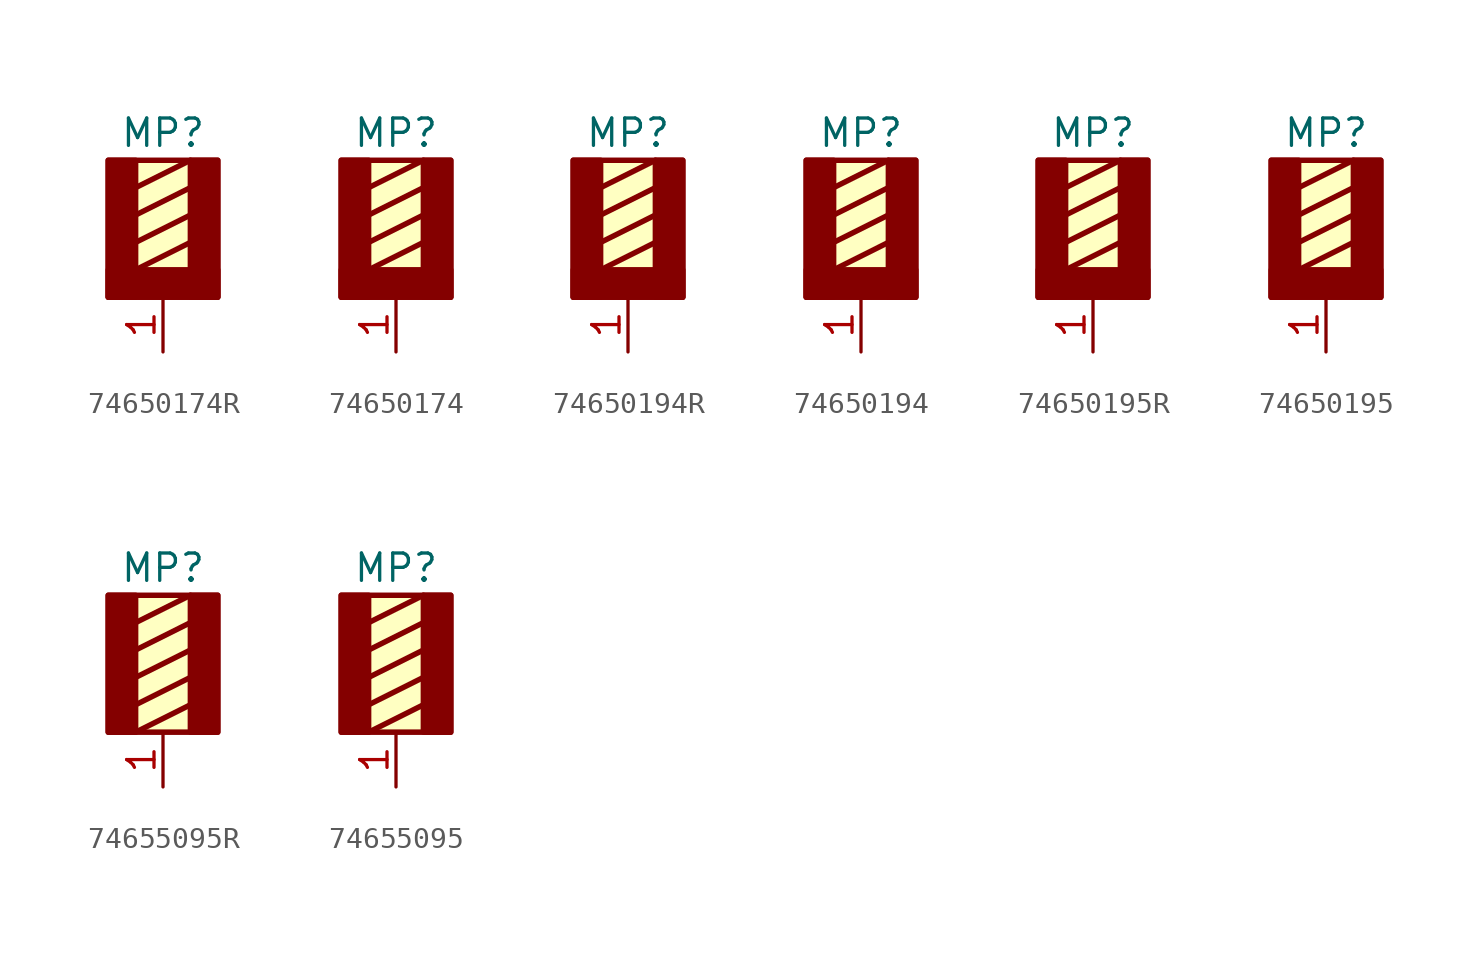
<source format=kicad_sym>
(kicad_symbol_lib
  (version 20220914)
  (generator kicad_symbol_editor)
  (symbol "74650174R"
    (pin_names hide)
    (property "Reference" "MP"
      (at 0 5.08 0)
      (effects (font (size 1.27 1.27))))
    (symbol "74650174R_0_0"
      (rectangle (start -2.54 3.81) (end 2.54 -2.54) (stroke (width 0.254) (type default)) (fill (type background)))
      (polyline (pts (xy -1.27 2.54) (xy 1.27 3.81)) (stroke (width 0.254) (type default)) (fill (type none)))
      (polyline (pts (xy 1.27 0) (xy -1.27 -1.27)) (stroke (width 0.254) (type default)) (fill (type none)))
      (polyline (pts (xy 1.27 1.27) (xy -1.27 0)) (stroke (width 0.254) (type default)) (fill (type none)))
      (polyline (pts (xy 1.27 2.54) (xy -1.27 1.27)) (stroke (width 0.254) (type default)) (fill (type none))))
    (symbol "74650174R_1_0"
      (rectangle (start -2.54 -1.27) (end 2.54 -2.54) (stroke (width 0.254) (type default)) (fill (type outline)))
      (rectangle (start -2.54 3.81) (end -1.27 -2.54) (stroke (width 0.254) (type default)) (fill (type outline)))
      (rectangle (start 1.27 3.81) (end 2.54 -2.54) (stroke (width 0.254) (type default)) (fill (type outline)))
      (pin passive line (at 0 -5.08 90) (length 2.54) (name "1" (effects (font (size 1.27 1.27)))) (number "1" (effects (font (size 1.27 1.27)))))))
  (symbol "74650174"
    (pin_names hide)
    (property "Reference" "MP"
      (at 0 5.08 0)
      (effects (font (size 1.27 1.27))))
    (symbol "74650174_0_0"
      (rectangle (start -2.54 3.81) (end 2.54 -2.54) (stroke (width 0.254) (type default)) (fill (type background)))
      (polyline (pts (xy -1.27 2.54) (xy 1.27 3.81)) (stroke (width 0.254) (type default)) (fill (type none)))
      (polyline (pts (xy 1.27 0) (xy -1.27 -1.27)) (stroke (width 0.254) (type default)) (fill (type none)))
      (polyline (pts (xy 1.27 1.27) (xy -1.27 0)) (stroke (width 0.254) (type default)) (fill (type none)))
      (polyline (pts (xy 1.27 2.54) (xy -1.27 1.27)) (stroke (width 0.254) (type default)) (fill (type none))))
    (symbol "74650174_1_0"
      (rectangle (start -2.54 -1.27) (end 2.54 -2.54) (stroke (width 0.254) (type default)) (fill (type outline)))
      (rectangle (start -2.54 3.81) (end -1.27 -2.54) (stroke (width 0.254) (type default)) (fill (type outline)))
      (rectangle (start 1.27 3.81) (end 2.54 -2.54) (stroke (width 0.254) (type default)) (fill (type outline)))
      (pin passive line (at 0 -5.08 90) (length 2.54) (name "1" (effects (font (size 1.27 1.27)))) (number "1" (effects (font (size 1.27 1.27)))))))
  (symbol "74650194R"
    (pin_names hide)
    (property "Reference" "MP"
      (at 0 5.08 0)
      (effects (font (size 1.27 1.27))))
    (symbol "74650194R_0_0"
      (rectangle (start -2.54 3.81) (end 2.54 -2.54) (stroke (width 0.254) (type default)) (fill (type background)))
      (polyline (pts (xy -1.27 2.54) (xy 1.27 3.81)) (stroke (width 0.254) (type default)) (fill (type none)))
      (polyline (pts (xy 1.27 0) (xy -1.27 -1.27)) (stroke (width 0.254) (type default)) (fill (type none)))
      (polyline (pts (xy 1.27 1.27) (xy -1.27 0)) (stroke (width 0.254) (type default)) (fill (type none)))
      (polyline (pts (xy 1.27 2.54) (xy -1.27 1.27)) (stroke (width 0.254) (type default)) (fill (type none))))
    (symbol "74650194R_1_0"
      (rectangle (start -2.54 -1.27) (end 2.54 -2.54) (stroke (width 0.254) (type default)) (fill (type outline)))
      (rectangle (start -2.54 3.81) (end -1.27 -2.54) (stroke (width 0.254) (type default)) (fill (type outline)))
      (rectangle (start 1.27 3.81) (end 2.54 -2.54) (stroke (width 0.254) (type default)) (fill (type outline)))
      (pin passive line (at 0 -5.08 90) (length 2.54) (name "1" (effects (font (size 1.27 1.27)))) (number "1" (effects (font (size 1.27 1.27)))))))
  (symbol "74650194"
    (pin_names hide)
    (property "Reference" "MP"
      (at 0 5.08 0)
      (effects (font (size 1.27 1.27))))
    (symbol "74650194_0_0"
      (rectangle (start -2.54 3.81) (end 2.54 -2.54) (stroke (width 0.254) (type default)) (fill (type background)))
      (polyline (pts (xy -1.27 2.54) (xy 1.27 3.81)) (stroke (width 0.254) (type default)) (fill (type none)))
      (polyline (pts (xy 1.27 0) (xy -1.27 -1.27)) (stroke (width 0.254) (type default)) (fill (type none)))
      (polyline (pts (xy 1.27 1.27) (xy -1.27 0)) (stroke (width 0.254) (type default)) (fill (type none)))
      (polyline (pts (xy 1.27 2.54) (xy -1.27 1.27)) (stroke (width 0.254) (type default)) (fill (type none))))
    (symbol "74650194_1_0"
      (rectangle (start -2.54 -1.27) (end 2.54 -2.54) (stroke (width 0.254) (type default)) (fill (type outline)))
      (rectangle (start -2.54 3.81) (end -1.27 -2.54) (stroke (width 0.254) (type default)) (fill (type outline)))
      (rectangle (start 1.27 3.81) (end 2.54 -2.54) (stroke (width 0.254) (type default)) (fill (type outline)))
      (pin passive line (at 0 -5.08 90) (length 2.54) (name "1" (effects (font (size 1.27 1.27)))) (number "1" (effects (font (size 1.27 1.27)))))))
  (symbol "74650195R"
    (pin_names hide)
    (property "Reference" "MP"
      (at 0 5.08 0)
      (effects (font (size 1.27 1.27))))
    (symbol "74650195R_0_0"
      (rectangle (start -2.54 3.81) (end 2.54 -2.54) (stroke (width 0.254) (type default)) (fill (type background)))
      (polyline (pts (xy -1.27 2.54) (xy 1.27 3.81)) (stroke (width 0.254) (type default)) (fill (type none)))
      (polyline (pts (xy 1.27 0) (xy -1.27 -1.27)) (stroke (width 0.254) (type default)) (fill (type none)))
      (polyline (pts (xy 1.27 1.27) (xy -1.27 0)) (stroke (width 0.254) (type default)) (fill (type none)))
      (polyline (pts (xy 1.27 2.54) (xy -1.27 1.27)) (stroke (width 0.254) (type default)) (fill (type none))))
    (symbol "74650195R_1_0"
      (rectangle (start -2.54 -1.27) (end 2.54 -2.54) (stroke (width 0.254) (type default)) (fill (type outline)))
      (rectangle (start -2.54 3.81) (end -1.27 -2.54) (stroke (width 0.254) (type default)) (fill (type outline)))
      (rectangle (start 1.27 3.81) (end 2.54 -2.54) (stroke (width 0.254) (type default)) (fill (type outline)))
      (pin passive line (at 0 -5.08 90) (length 2.54) (name "1" (effects (font (size 1.27 1.27)))) (number "1" (effects (font (size 1.27 1.27)))))))
  (symbol "74650195"
    (pin_names hide)
    (property "Reference" "MP"
      (at 0 5.08 0)
      (effects (font (size 1.27 1.27))))
    (symbol "74650195_0_0"
      (rectangle (start -2.54 3.81) (end 2.54 -2.54) (stroke (width 0.254) (type default)) (fill (type background)))
      (polyline (pts (xy -1.27 2.54) (xy 1.27 3.81)) (stroke (width 0.254) (type default)) (fill (type none)))
      (polyline (pts (xy 1.27 0) (xy -1.27 -1.27)) (stroke (width 0.254) (type default)) (fill (type none)))
      (polyline (pts (xy 1.27 1.27) (xy -1.27 0)) (stroke (width 0.254) (type default)) (fill (type none)))
      (polyline (pts (xy 1.27 2.54) (xy -1.27 1.27)) (stroke (width 0.254) (type default)) (fill (type none))))
    (symbol "74650195_1_0"
      (rectangle (start -2.54 -1.27) (end 2.54 -2.54) (stroke (width 0.254) (type default)) (fill (type outline)))
      (rectangle (start -2.54 3.81) (end -1.27 -2.54) (stroke (width 0.254) (type default)) (fill (type outline)))
      (rectangle (start 1.27 3.81) (end 2.54 -2.54) (stroke (width 0.254) (type default)) (fill (type outline)))
      (pin passive line (at 0 -5.08 90) (length 2.54) (name "1" (effects (font (size 1.27 1.27)))) (number "1" (effects (font (size 1.27 1.27)))))))
  (symbol "74655095R"
    (pin_names hide)
    (property "Reference" "MP"
      (at 0 5.08 0)
      (effects (font (size 1.27 1.27))))
    (symbol "74655095R_0_0"
      (rectangle (start -2.54 3.81) (end 2.54 -2.54) (stroke (width 0.254) (type default)) (fill (type background)))
      (polyline (pts (xy -1.27 2.54) (xy 1.27 3.81)) (stroke (width 0.254) (type default)) (fill (type none)))
      (polyline (pts (xy 1.27 -1.27) (xy -1.27 -2.54)) (stroke (width 0.254) (type default)) (fill (type none)))
      (polyline (pts (xy 1.27 0) (xy -1.27 -1.27)) (stroke (width 0.254) (type default)) (fill (type none)))
      (polyline (pts (xy 1.27 1.27) (xy -1.27 0)) (stroke (width 0.254) (type default)) (fill (type none)))
      (polyline (pts (xy 1.27 2.54) (xy -1.27 1.27)) (stroke (width 0.254) (type default)) (fill (type none))))
    (symbol "74655095R_1_0"
      (rectangle (start -2.54 3.81) (end -1.27 -2.54) (stroke (width 0.254) (type default)) (fill (type outline)))
      (rectangle (start 1.27 3.81) (end 2.54 -2.54) (stroke (width 0.254) (type default)) (fill (type outline)))
      (pin passive line (at 0 -5.08 90) (length 2.54) (name "1" (effects (font (size 1.27 1.27)))) (number "1" (effects (font (size 1.27 1.27)))))))
  (symbol "74655095"
    (pin_names hide)
    (property "Reference" "MP"
      (at 0 5.08 0)
      (effects (font (size 1.27 1.27))))
    (symbol "74655095_0_0"
      (rectangle (start -2.54 3.81) (end 2.54 -2.54) (stroke (width 0.254) (type default)) (fill (type background)))
      (polyline (pts (xy -1.27 2.54) (xy 1.27 3.81)) (stroke (width 0.254) (type default)) (fill (type none)))
      (polyline (pts (xy 1.27 -1.27) (xy -1.27 -2.54)) (stroke (width 0.254) (type default)) (fill (type none)))
      (polyline (pts (xy 1.27 0) (xy -1.27 -1.27)) (stroke (width 0.254) (type default)) (fill (type none)))
      (polyline (pts (xy 1.27 1.27) (xy -1.27 0)) (stroke (width 0.254) (type default)) (fill (type none)))
      (polyline (pts (xy 1.27 2.54) (xy -1.27 1.27)) (stroke (width 0.254) (type default)) (fill (type none))))
    (symbol "74655095_1_0"
      (rectangle (start -2.54 3.81) (end -1.27 -2.54) (stroke (width 0.254) (type default)) (fill (type outline)))
      (rectangle (start 1.27 3.81) (end 2.54 -2.54) (stroke (width 0.254) (type default)) (fill (type outline)))
      (pin passive line (at 0 -5.08 90) (length 2.54) (name "1" (effects (font (size 1.27 1.27)))) (number "1" (effects (font (size 1.27 1.27))))))))
</source>
